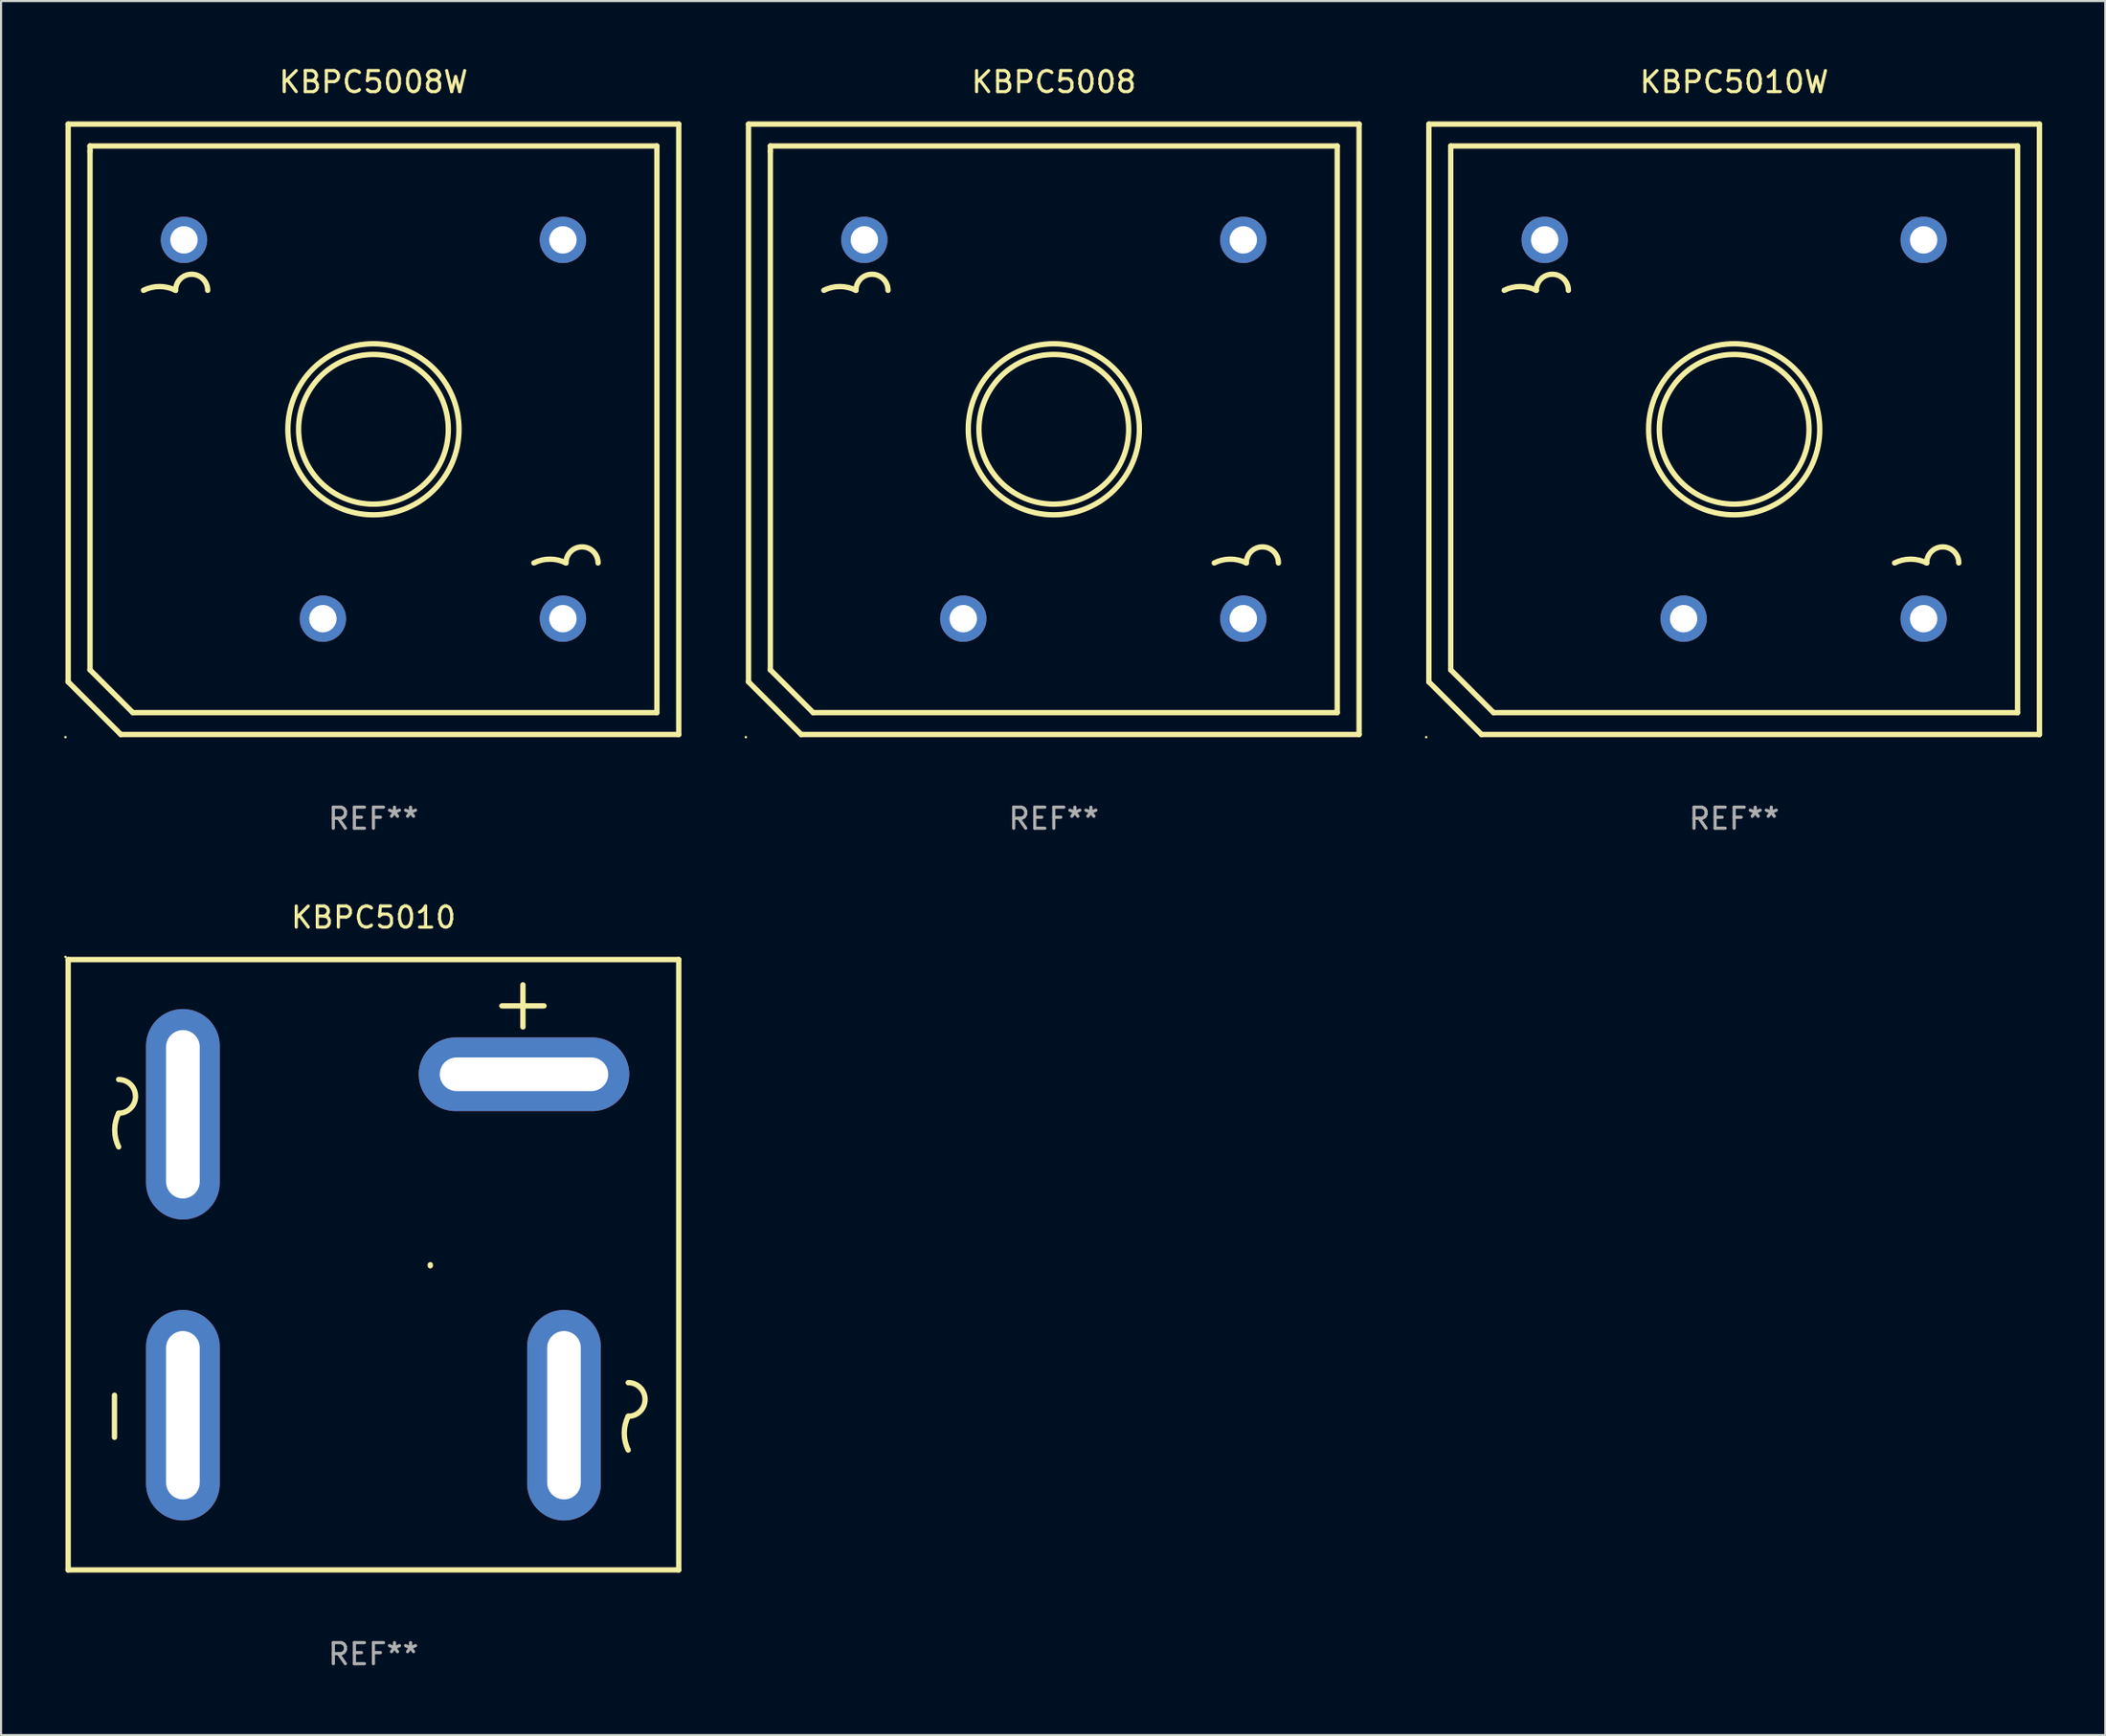
<source format=kicad_pcb>
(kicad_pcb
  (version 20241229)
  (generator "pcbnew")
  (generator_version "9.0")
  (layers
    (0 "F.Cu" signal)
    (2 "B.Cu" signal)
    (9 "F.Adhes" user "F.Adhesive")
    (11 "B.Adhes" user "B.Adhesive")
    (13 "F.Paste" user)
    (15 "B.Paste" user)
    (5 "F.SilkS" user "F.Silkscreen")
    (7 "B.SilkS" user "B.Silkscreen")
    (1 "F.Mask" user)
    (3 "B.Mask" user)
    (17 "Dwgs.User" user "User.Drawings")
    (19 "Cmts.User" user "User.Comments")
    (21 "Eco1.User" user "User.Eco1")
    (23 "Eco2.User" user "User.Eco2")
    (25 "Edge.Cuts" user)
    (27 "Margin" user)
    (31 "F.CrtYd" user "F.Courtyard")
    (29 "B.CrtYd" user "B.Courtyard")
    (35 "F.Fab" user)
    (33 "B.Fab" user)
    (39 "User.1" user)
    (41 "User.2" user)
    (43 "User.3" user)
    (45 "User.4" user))
  (footprint "KBPC5008"
    (layer "F.Cu")
    (at 47.001 17.348)
    (property "Reference" "KBPC5008" (at 0 -16.5 0) (layer "F.SilkS") (effects (font (size 1 1) (thickness 0.15))))
    (attr through_hole)
    (fp_line (start -14.5 -14.5) (end 14.5 -14.5) (stroke (width 0.254) (type solid)) (layer "F.SilkS"))
    (fp_line (start -14.5 12) (end -14.5 -14.5) (stroke (width 0.254) (type solid)) (layer "F.SilkS"))
    (fp_line (start -13.462 -13.462) (end 13.462 -13.462) (stroke (width 0.254) (type solid)) (layer "F.SilkS"))
    (fp_line (start -13.462 -13.208) (end -13.462 -13.462) (stroke (width 0.254) (type solid)) (layer "F.SilkS"))
    (fp_line (start -13.462 11.43) (end -13.462 -13.208) (stroke (width 0.254) (type solid)) (layer "F.SilkS"))
    (fp_line (start -12 14.5) (end -14.5 12) (stroke (width 0.254) (type solid)) (layer "F.SilkS"))
    (fp_line (start -11.43 13.462) (end -13.462 11.43) (stroke (width 0.254) (type solid)) (layer "F.SilkS"))
    (fp_line (start 13.462 -13.462) (end 13.462 13.462) (stroke (width 0.254) (type solid)) (layer "F.SilkS"))
    (fp_line (start 13.462 13.462) (end -11.43 13.462) (stroke (width 0.254) (type solid)) (layer "F.SilkS"))
    (fp_line (start 14.5 -14.5) (end 14.5 14.5) (stroke (width 0.254) (type solid)) (layer "F.SilkS"))
    (fp_line (start 14.5 14.5) (end -12 14.5) (stroke (width 0.254) (type solid)) (layer "F.SilkS"))
    (fp_arc (start -10.921895 -6.60414) (mid -10.159893 -6.784024) (end -9.397892 -6.60414) (stroke (width 0.254001) (type solid)) (layer "F.SilkS"))
    (fp_arc (start -9.397891 -6.60414) (mid -8.63589 -7.366141) (end -7.873889 -6.60414) (stroke (width 0.254001) (type solid)) (layer "F.SilkS"))
    (fp_arc (start 7.620142 6.349886) (mid 8.382144 6.170002) (end 9.144145 6.349886) (stroke (width 0.254001) (type solid)) (layer "F.SilkS"))
    (fp_arc (start 9.144146 6.349886) (mid 9.906147 5.587885) (end 10.668148 6.349886) (stroke (width 0.254001) (type solid)) (layer "F.SilkS"))
    (fp_circle (center -14.627 14.627) (end -14.597 14.627) (stroke (width 0.06) (type solid)) (fill no) (layer "F.SilkS"))
    (fp_circle (center 0.000127 -0.000127) (end 3.556 -0.000127) (stroke (width 0.254) (type solid)) (fill no) (layer "F.SilkS"))
    (fp_circle (center 0.000127 -0.000127) (end 4.064 -0.000127) (stroke (width 0.254) (type solid)) (fill no) (layer "F.SilkS"))
    (fp_text user "-" (at 7.874 -6.858 0) (layer "B.Mask") (effects (font (size 1 1) (thickness 0.15))))
    (fp_text user "+" (at -5.08 11.498 0) (layer "B.Mask") (effects (font (size 1 1) (thickness 0.15))))
    (fp_text user "REF**" (at 0 18.5 0) (layer "F.Fab") (effects (font (size 1 1) (thickness 0.15))))
    (pad "1" thru_hole circle (at -4.3 8.999) (size 2.2 2.2) (drill 1.3) (layers "*.Cu" "*.Mask"))
    (pad "2" thru_hole circle (at -8.999 -8.999) (size 2.2 2.2) (drill 1.3) (layers "*.Cu" "*.Mask"))
    (pad "3" thru_hole circle (at 8.999 -8.999) (size 2.2 2.2) (drill 1.3) (layers "*.Cu" "*.Mask"))
    (pad "4" thru_hole circle (at 8.999 8.999) (size 2.2 2.2) (drill 1.3) (layers "*.Cu" "*.Mask")))
  (footprint "KBPC5010"
    (layer "F.Cu")
    (at 14.687 57.045)
    (property "Reference" "KBPC5010" (at 0 -16.5 0) (layer "F.SilkS") (effects (font (size 1 1) (thickness 0.15))))
    (attr through_hole)
    (fp_line (start -14.5 -14.5) (end 14.5 -14.5) (stroke (width 0.254) (type solid)) (layer "F.SilkS"))
    (fp_line (start -14.5 14.5) (end -14.5 -14.5) (stroke (width 0.254) (type solid)) (layer "F.SilkS"))
    (fp_line (start -12.3 8.2) (end -12.3 6.2) (stroke (width 0.254) (type solid)) (layer "F.SilkS"))
    (fp_line (start 6.1 -12.3) (end 8.1 -12.3) (stroke (width 0.254) (type solid)) (layer "F.SilkS"))
    (fp_line (start 7.1 -11.3) (end 7.1 -13.3) (stroke (width 0.254) (type solid)) (layer "F.SilkS"))
    (fp_line (start 14.5 -14.5) (end 14.5 14.5) (stroke (width 0.254) (type solid)) (layer "F.SilkS"))
    (fp_line (start 14.5 14.5) (end -14.5 14.5) (stroke (width 0.254) (type solid)) (layer "F.SilkS"))
    (fp_arc (start -12.100585 -8.801118) (mid -11.300584 -8.001016) (end -12.100584 -7.200914) (stroke (width 0.254001) (type solid)) (layer "F.SilkS"))
    (fp_arc (start -12.100584 -5.600712) (mid -12.289473 -6.400813) (end -12.100584 -7.200914) (stroke (width 0.254001) (type solid)) (layer "F.SilkS"))
    (fp_arc (start 2.700025 0.04826) (mid 2.699918 0.02413) (end 2.700025 0) (stroke (width 0.254001) (type solid)) (layer "F.SilkS"))
    (fp_arc (start 12.100584 8.801118) (mid 11.911695 8.001016) (end 12.100584 7.200914) (stroke (width 0.254001) (type solid)) (layer "F.SilkS"))
    (fp_arc (start 12.100585 5.600712) (mid 12.900584 6.400813) (end 12.100584 7.200914) (stroke (width 0.254001) (type solid)) (layer "F.SilkS"))
    (fp_circle (center -14.627 -14.627) (end -14.597 -14.627) (stroke (width 0.06) (type solid)) (fill no) (layer "F.SilkS"))
    (fp_text user "REF**" (at 0 18.5 0) (layer "F.Fab") (effects (font (size 1 1) (thickness 0.15))))
    (pad "1" thru_hole oval (at -9.05 -7.15 270) (size 10 3.5) (drill oval 8 1.6) (layers "*.Cu" "*.Mask"))
    (pad "2" thru_hole oval (at 7.15 -9.05) (size 10 3.5) (drill oval 8 1.6) (layers "*.Cu" "*.Mask"))
    (pad "3" thru_hole oval (at 9.05 7.15 270) (size 10 3.5) (drill oval 8 1.6) (layers "*.Cu" "*.Mask"))
    (pad "4" thru_hole oval (at -9.05 7.15 270) (size 10 3.5) (drill oval 8 1.6) (layers "*.Cu" "*.Mask")))
  (footprint "KBPC5010W"
    (layer "F.Cu")
    (at 79.315 17.348)
    (property "Reference" "KBPC5010W" (at 0 -16.5 0) (layer "F.SilkS") (effects (font (size 1 1) (thickness 0.15))))
    (attr through_hole)
    (fp_line (start -14.5 -14.5) (end 14.5 -14.5) (stroke (width 0.254) (type solid)) (layer "F.SilkS"))
    (fp_line (start -14.5 12) (end -14.5 -14.5) (stroke (width 0.254) (type solid)) (layer "F.SilkS"))
    (fp_line (start -13.462 -13.462) (end 13.462 -13.462) (stroke (width 0.254) (type solid)) (layer "F.SilkS"))
    (fp_line (start -13.462 -13.208) (end -13.462 -13.462) (stroke (width 0.254) (type solid)) (layer "F.SilkS"))
    (fp_line (start -13.462 11.43) (end -13.462 -13.208) (stroke (width 0.254) (type solid)) (layer "F.SilkS"))
    (fp_line (start -12 14.5) (end -14.5 12) (stroke (width 0.254) (type solid)) (layer "F.SilkS"))
    (fp_line (start -11.43 13.462) (end -13.462 11.43) (stroke (width 0.254) (type solid)) (layer "F.SilkS"))
    (fp_line (start 13.462 -13.462) (end 13.462 13.462) (stroke (width 0.254) (type solid)) (layer "F.SilkS"))
    (fp_line (start 13.462 13.462) (end -11.43 13.462) (stroke (width 0.254) (type solid)) (layer "F.SilkS"))
    (fp_line (start 14.5 -14.5) (end 14.5 14.5) (stroke (width 0.254) (type solid)) (layer "F.SilkS"))
    (fp_line (start 14.5 14.5) (end -12 14.5) (stroke (width 0.254) (type solid)) (layer "F.SilkS"))
    (fp_arc (start -10.921895 -6.60414) (mid -10.159893 -6.784024) (end -9.397892 -6.60414) (stroke (width 0.254001) (type solid)) (layer "F.SilkS"))
    (fp_arc (start -9.397891 -6.60414) (mid -8.63589 -7.366141) (end -7.873889 -6.60414) (stroke (width 0.254001) (type solid)) (layer "F.SilkS"))
    (fp_arc (start 7.620142 6.349886) (mid 8.382144 6.170002) (end 9.144145 6.349886) (stroke (width 0.254001) (type solid)) (layer "F.SilkS"))
    (fp_arc (start 9.144146 6.349886) (mid 9.906147 5.587885) (end 10.668148 6.349886) (stroke (width 0.254001) (type solid)) (layer "F.SilkS"))
    (fp_circle (center -14.627 14.627) (end -14.597 14.627) (stroke (width 0.06) (type solid)) (fill no) (layer "F.SilkS"))
    (fp_circle (center 0.000127 -0.000127) (end 3.556 -0.000127) (stroke (width 0.254) (type solid)) (fill no) (layer "F.SilkS"))
    (fp_circle (center 0.000127 -0.000127) (end 4.064 -0.000127) (stroke (width 0.254) (type solid)) (fill no) (layer "F.SilkS"))
    (fp_text user "-" (at 7.874 -6.858 0) (layer "B.Mask") (effects (font (size 1 1) (thickness 0.15))))
    (fp_text user "+" (at -3.302 11.684 0) (layer "B.Mask") (effects (font (size 1 1) (thickness 0.15))))
    (fp_text user "REF**" (at 0 18.5 0) (layer "F.Fab") (effects (font (size 1 1) (thickness 0.15))))
    (pad "1" thru_hole circle (at -2.401 8.999) (size 2.2 2.2) (drill 1.3) (layers "*.Cu" "*.Mask"))
    (pad "2" thru_hole circle (at -8.999 -8.999) (size 2.2 2.2) (drill 1.3) (layers "*.Cu" "*.Mask"))
    (pad "3" thru_hole circle (at 8.999 -8.999) (size 2.2 2.2) (drill 1.3) (layers "*.Cu" "*.Mask"))
    (pad "4" thru_hole circle (at 8.999 8.999) (size 2.2 2.2) (drill 1.3) (layers "*.Cu" "*.Mask")))
  (footprint "KBPC5008W"
    (layer "F.Cu")
    (at 14.687 17.348)
    (property "Reference" "KBPC5008W" (at 0 -16.5 0) (layer "F.SilkS") (effects (font (size 1 1) (thickness 0.15))))
    (attr through_hole)
    (fp_line (start -14.5 -14.5) (end 14.5 -14.5) (stroke (width 0.254) (type solid)) (layer "F.SilkS"))
    (fp_line (start -14.5 12) (end -14.5 -14.5) (stroke (width 0.254) (type solid)) (layer "F.SilkS"))
    (fp_line (start -13.462 -13.462) (end 13.462 -13.462) (stroke (width 0.254) (type solid)) (layer "F.SilkS"))
    (fp_line (start -13.462 -13.208) (end -13.462 -13.462) (stroke (width 0.254) (type solid)) (layer "F.SilkS"))
    (fp_line (start -13.462 11.43) (end -13.462 -13.208) (stroke (width 0.254) (type solid)) (layer "F.SilkS"))
    (fp_line (start -12 14.5) (end -14.5 12) (stroke (width 0.254) (type solid)) (layer "F.SilkS"))
    (fp_line (start -11.43 13.462) (end -13.462 11.43) (stroke (width 0.254) (type solid)) (layer "F.SilkS"))
    (fp_line (start 13.462 -13.462) (end 13.462 13.462) (stroke (width 0.254) (type solid)) (layer "F.SilkS"))
    (fp_line (start 13.462 13.462) (end -11.43 13.462) (stroke (width 0.254) (type solid)) (layer "F.SilkS"))
    (fp_line (start 14.5 -14.5) (end 14.5 14.5) (stroke (width 0.254) (type solid)) (layer "F.SilkS"))
    (fp_line (start 14.5 14.5) (end -12 14.5) (stroke (width 0.254) (type solid)) (layer "F.SilkS"))
    (fp_arc (start -10.921895 -6.60414) (mid -10.159893 -6.784024) (end -9.397892 -6.60414) (stroke (width 0.254001) (type solid)) (layer "F.SilkS"))
    (fp_arc (start -9.397891 -6.60414) (mid -8.63589 -7.366141) (end -7.873889 -6.60414) (stroke (width 0.254001) (type solid)) (layer "F.SilkS"))
    (fp_arc (start 7.620142 6.349886) (mid 8.382144 6.170002) (end 9.144145 6.349886) (stroke (width 0.254001) (type solid)) (layer "F.SilkS"))
    (fp_arc (start 9.144146 6.349886) (mid 9.906147 5.587885) (end 10.668148 6.349886) (stroke (width 0.254001) (type solid)) (layer "F.SilkS"))
    (fp_circle (center -14.627 14.627) (end -14.597 14.627) (stroke (width 0.06) (type solid)) (fill no) (layer "F.SilkS"))
    (fp_circle (center 0.000127 -0.000127) (end 3.556 -0.000127) (stroke (width 0.254) (type solid)) (fill no) (layer "F.SilkS"))
    (fp_circle (center 0.000127 -0.000127) (end 4.064 -0.000127) (stroke (width 0.254) (type solid)) (fill no) (layer "F.SilkS"))
    (fp_text user "+" (at -3.302 11.684 0) (layer "B.Mask") (effects (font (size 1 1) (thickness 0.15))))
    (fp_text user "-" (at 7.874 -6.858 0) (layer "B.Mask") (effects (font (size 1 1) (thickness 0.15))))
    (fp_text user "REF**" (at 0 18.5 0) (layer "F.Fab") (effects (font (size 1 1) (thickness 0.15))))
    (pad "1" thru_hole circle (at -2.401 8.999) (size 2.2 2.2) (drill 1.3) (layers "*.Cu" "*.Mask"))
    (pad "2" thru_hole circle (at -8.999 -8.999) (size 2.2 2.2) (drill 1.3) (layers "*.Cu" "*.Mask"))
    (pad "3" thru_hole circle (at 8.999 -8.999) (size 2.2 2.2) (drill 1.3) (layers "*.Cu" "*.Mask"))
    (pad "4" thru_hole circle (at 8.999 8.999) (size 2.2 2.2) (drill 1.3) (layers "*.Cu" "*.Mask")))
  (gr_rect
    (start -3 -3)
    (end 96.942 79.393)
    (stroke (width 0.1) (type default))
    (fill no)
    (layer "Edge.Cuts")))
</source>
